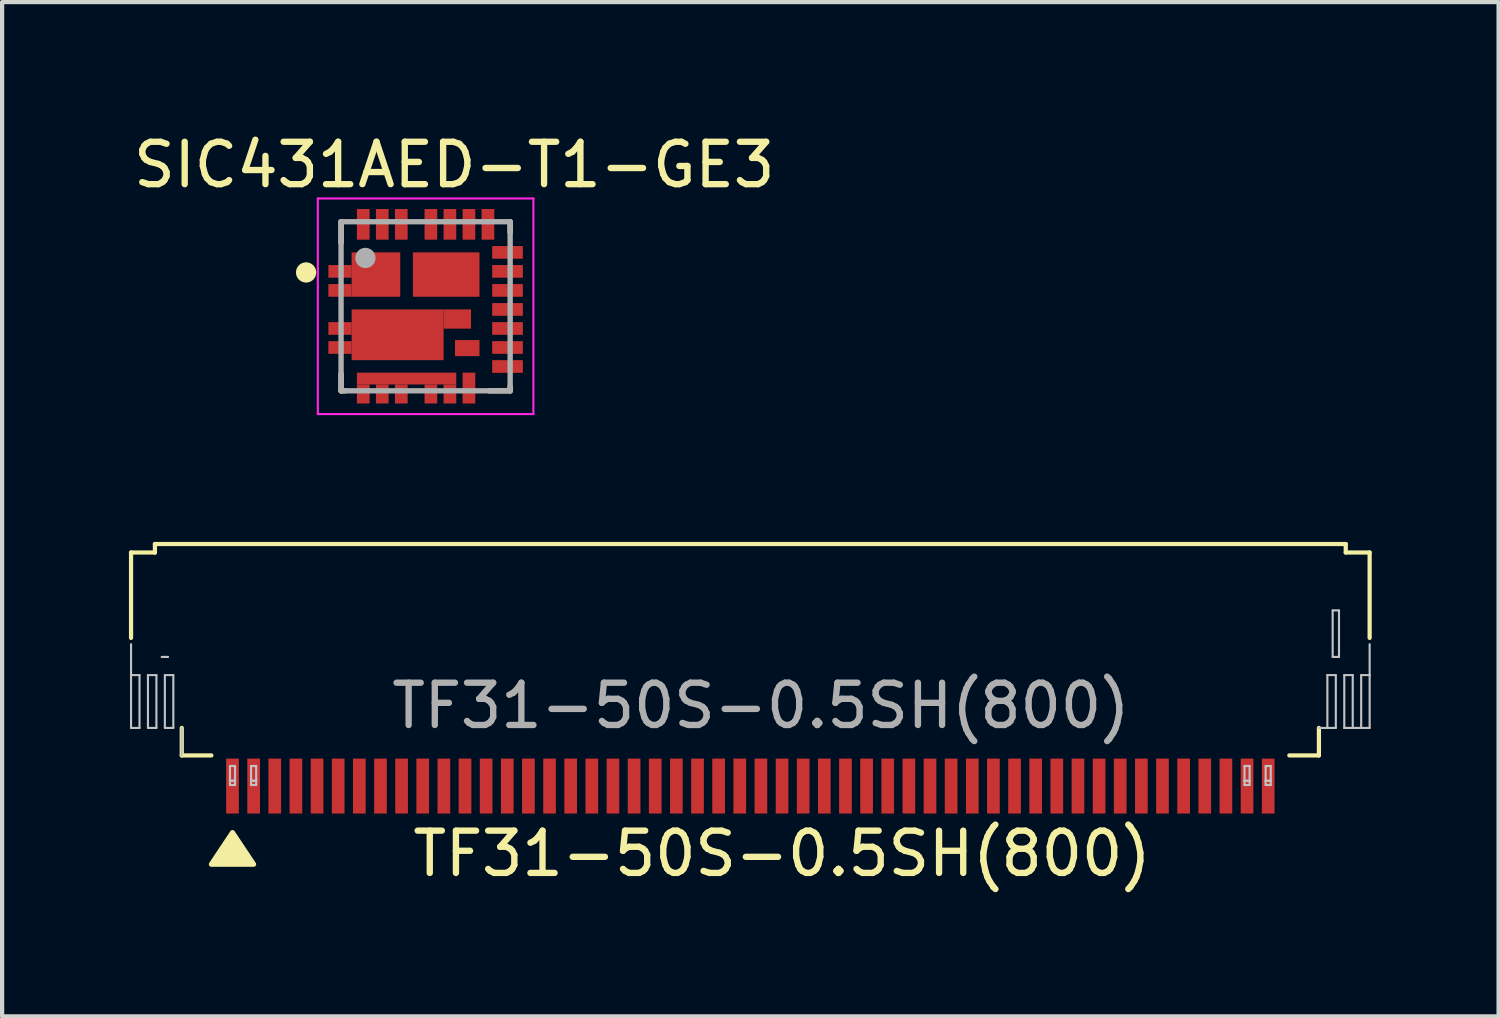
<source format=kicad_pcb>
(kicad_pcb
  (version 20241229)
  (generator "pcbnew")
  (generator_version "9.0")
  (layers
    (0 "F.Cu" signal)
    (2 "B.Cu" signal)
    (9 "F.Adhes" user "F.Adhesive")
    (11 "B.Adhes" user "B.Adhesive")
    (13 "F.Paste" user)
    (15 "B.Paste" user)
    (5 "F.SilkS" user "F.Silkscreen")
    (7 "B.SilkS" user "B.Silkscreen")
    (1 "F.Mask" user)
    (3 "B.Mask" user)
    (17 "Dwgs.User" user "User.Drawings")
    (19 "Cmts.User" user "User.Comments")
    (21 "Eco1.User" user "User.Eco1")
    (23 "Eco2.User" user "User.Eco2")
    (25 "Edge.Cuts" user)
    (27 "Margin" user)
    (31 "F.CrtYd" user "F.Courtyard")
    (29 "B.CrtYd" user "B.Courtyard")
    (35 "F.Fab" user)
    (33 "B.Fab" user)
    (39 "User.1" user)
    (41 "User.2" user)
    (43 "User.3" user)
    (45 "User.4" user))
  (footprint "TF31-50S-0.5SH(800)"
    (layer "F.Cu")
    (at 14.7 12.645)
    (property "Reference" "TF31-50S-0.5SH(800)" (at 0.75 4.5 0) (unlocked yes) (layer "F.SilkS") (effects (font (size 1 1) (thickness 0.15))))
    (fp_line (start -14.65 -2.625) (end -14.65 -0.605) (stroke (width 0.1) (type solid)) (layer "F.SilkS"))
    (fp_line (start -14.085 -2.825) (end -14.085 -2.625) (stroke (width 0.1) (type solid)) (layer "F.SilkS"))
    (fp_line (start -14.085 -2.825) (end 14.085 -2.825) (stroke (width 0.1) (type solid)) (layer "F.SilkS"))
    (fp_line (start -14.085 -2.625) (end -14.65 -2.625) (stroke (width 0.1) (type solid)) (layer "F.SilkS"))
    (fp_line (start -13.45 2.175) (end -13.45 1.525) (stroke (width 0.1) (type solid)) (layer "F.SilkS"))
    (fp_line (start -12.75 2.175) (end -13.45 2.175) (stroke (width 0.1) (type solid)) (layer "F.SilkS"))
    (fp_line (start 12.75 2.175) (end 13.45 2.175) (stroke (width 0.1) (type solid)) (layer "F.SilkS"))
    (fp_line (start 13.45 2.175) (end 13.45 1.525) (stroke (width 0.1) (type solid)) (layer "F.SilkS"))
    (fp_line (start 14.085 -2.825) (end 14.085 -2.625) (stroke (width 0.1) (type solid)) (layer "F.SilkS"))
    (fp_line (start 14.085 -2.625) (end 14.65 -2.625) (stroke (width 0.1) (type solid)) (layer "F.SilkS"))
    (fp_line (start 14.65 -2.625) (end 14.65 -0.605) (stroke (width 0.1) (type solid)) (layer "F.SilkS"))
    (fp_poly (pts (xy -11.75 4.75) (xy -12.75 4.75) (xy -12.25 4)) (stroke (width 0.12) (type solid)) (fill yes) (layer "F.SilkS"))
    (fp_line (start -14.65 0.275) (end -14.65 -0.455) (stroke (width 0.05) (type solid)) (layer "Dwgs.User"))
    (fp_line (start -14.65 0.275) (end -14.65 1.525) (stroke (width 0.05) (type solid)) (layer "Dwgs.User"))
    (fp_line (start -14.65 1.525) (end -14.45 1.525) (stroke (width 0.05) (type solid)) (layer "Dwgs.User"))
    (fp_line (start -14.45 0.275) (end -14.65 0.275) (stroke (width 0.05) (type solid)) (layer "Dwgs.User"))
    (fp_line (start -14.45 1.525) (end -14.45 0.275) (stroke (width 0.05) (type solid)) (layer "Dwgs.User"))
    (fp_line (start -14.25 0.275) (end -14.25 1.525) (stroke (width 0.05) (type solid)) (layer "Dwgs.User"))
    (fp_line (start -14.25 1.525) (end -14.05 1.525) (stroke (width 0.05) (type solid)) (layer "Dwgs.User"))
    (fp_line (start -14.05 0.275) (end -14.25 0.275) (stroke (width 0.05) (type solid)) (layer "Dwgs.User"))
    (fp_line (start -14.05 1.525) (end -14.05 0.275) (stroke (width 0.05) (type solid)) (layer "Dwgs.User"))
    (fp_line (start -13.925 -0.155) (end -13.775 -0.155) (stroke (width 0.05) (type solid)) (layer "Dwgs.User"))
    (fp_line (start -13.85 0.275) (end -13.85 1.525) (stroke (width 0.05) (type solid)) (layer "Dwgs.User"))
    (fp_line (start -13.85 1.525) (end -13.65 1.525) (stroke (width 0.05) (type solid)) (layer "Dwgs.User"))
    (fp_line (start -13.65 0.275) (end -13.85 0.275) (stroke (width 0.05) (type solid)) (layer "Dwgs.User"))
    (fp_line (start -13.65 1.525) (end -13.65 0.275) (stroke (width 0.05) (type solid)) (layer "Dwgs.User"))
    (fp_line (start -13.45 2.175) (end -13.45 1.525) (stroke (width 0.05) (type solid)) (layer "Dwgs.User"))
    (fp_line (start -12.31 2.425) (end -12.19 2.425) (stroke (width 0.05) (type solid)) (layer "Dwgs.User"))
    (fp_line (start -12.31 2.775) (end -12.31 2.425) (stroke (width 0.05) (type solid)) (layer "Dwgs.User"))
    (fp_line (start -12.31 2.775) (end -12.19 2.775) (stroke (width 0.05) (type solid)) (layer "Dwgs.User"))
    (fp_line (start -12.31 2.875) (end -12.31 2.775) (stroke (width 0.05) (type solid)) (layer "Dwgs.User"))
    (fp_line (start -12.19 2.425) (end -12.19 2.775) (stroke (width 0.05) (type solid)) (layer "Dwgs.User"))
    (fp_line (start -12.19 2.775) (end -12.31 2.775) (stroke (width 0.05) (type solid)) (layer "Dwgs.User"))
    (fp_line (start -12.19 2.775) (end -12.19 2.875) (stroke (width 0.05) (type solid)) (layer "Dwgs.User"))
    (fp_line (start -12.19 2.875) (end -12.31 2.875) (stroke (width 0.05) (type solid)) (layer "Dwgs.User"))
    (fp_line (start -11.81 2.425) (end -11.69 2.425) (stroke (width 0.05) (type solid)) (layer "Dwgs.User"))
    (fp_line (start -11.81 2.775) (end -11.81 2.425) (stroke (width 0.05) (type solid)) (layer "Dwgs.User"))
    (fp_line (start -11.81 2.775) (end -11.69 2.775) (stroke (width 0.05) (type solid)) (layer "Dwgs.User"))
    (fp_line (start -11.81 2.875) (end -11.81 2.775) (stroke (width 0.05) (type solid)) (layer "Dwgs.User"))
    (fp_line (start -11.69 2.425) (end -11.69 2.775) (stroke (width 0.05) (type solid)) (layer "Dwgs.User"))
    (fp_line (start -11.69 2.775) (end -11.81 2.775) (stroke (width 0.05) (type solid)) (layer "Dwgs.User"))
    (fp_line (start -11.69 2.775) (end -11.69 2.875) (stroke (width 0.05) (type solid)) (layer "Dwgs.User"))
    (fp_line (start -11.69 2.875) (end -11.81 2.875) (stroke (width 0.05) (type solid)) (layer "Dwgs.User"))
    (fp_line (start 11.69 2.425) (end 11.81 2.425) (stroke (width 0.05) (type solid)) (layer "Dwgs.User"))
    (fp_line (start 11.69 2.775) (end 11.69 2.425) (stroke (width 0.05) (type solid)) (layer "Dwgs.User"))
    (fp_line (start 11.69 2.775) (end 11.81 2.775) (stroke (width 0.05) (type solid)) (layer "Dwgs.User"))
    (fp_line (start 11.69 2.875) (end 11.69 2.775) (stroke (width 0.05) (type solid)) (layer "Dwgs.User"))
    (fp_line (start 11.81 2.425) (end 11.81 2.775) (stroke (width 0.05) (type solid)) (layer "Dwgs.User"))
    (fp_line (start 11.81 2.775) (end 11.69 2.775) (stroke (width 0.05) (type solid)) (layer "Dwgs.User"))
    (fp_line (start 11.81 2.775) (end 11.81 2.875) (stroke (width 0.05) (type solid)) (layer "Dwgs.User"))
    (fp_line (start 11.81 2.875) (end 11.69 2.875) (stroke (width 0.05) (type solid)) (layer "Dwgs.User"))
    (fp_line (start 12.19 2.425) (end 12.31 2.425) (stroke (width 0.05) (type solid)) (layer "Dwgs.User"))
    (fp_line (start 12.19 2.775) (end 12.19 2.425) (stroke (width 0.05) (type solid)) (layer "Dwgs.User"))
    (fp_line (start 12.19 2.775) (end 12.31 2.775) (stroke (width 0.05) (type solid)) (layer "Dwgs.User"))
    (fp_line (start 12.19 2.875) (end 12.19 2.775) (stroke (width 0.05) (type solid)) (layer "Dwgs.User"))
    (fp_line (start 12.31 2.425) (end 12.31 2.775) (stroke (width 0.05) (type solid)) (layer "Dwgs.User"))
    (fp_line (start 12.31 2.775) (end 12.19 2.775) (stroke (width 0.05) (type solid)) (layer "Dwgs.User"))
    (fp_line (start 12.31 2.775) (end 12.31 2.875) (stroke (width 0.05) (type solid)) (layer "Dwgs.User"))
    (fp_line (start 12.31 2.875) (end 12.19 2.875) (stroke (width 0.05) (type solid)) (layer "Dwgs.User"))
    (fp_line (start 13.45 1.525) (end 13.65 1.525) (stroke (width 0.05) (type solid)) (layer "Dwgs.User"))
    (fp_line (start 13.65 0.275) (end 13.85 0.275) (stroke (width 0.05) (type solid)) (layer "Dwgs.User"))
    (fp_line (start 13.65 1.525) (end 13.65 0.275) (stroke (width 0.05) (type solid)) (layer "Dwgs.User"))
    (fp_line (start 13.775 -1.255) (end 13.775 -0.155) (stroke (width 0.05) (type solid)) (layer "Dwgs.User"))
    (fp_line (start 13.775 -0.155) (end 13.925 -0.155) (stroke (width 0.05) (type solid)) (layer "Dwgs.User"))
    (fp_line (start 13.85 0.275) (end 13.85 1.525) (stroke (width 0.05) (type solid)) (layer "Dwgs.User"))
    (fp_line (start 13.85 1.525) (end 13.65 1.525) (stroke (width 0.05) (type solid)) (layer "Dwgs.User"))
    (fp_line (start 13.925 -1.255) (end 13.775 -1.255) (stroke (width 0.05) (type solid)) (layer "Dwgs.User"))
    (fp_line (start 13.925 -0.155) (end 13.925 -1.255) (stroke (width 0.05) (type solid)) (layer "Dwgs.User"))
    (fp_line (start 14.05 0.275) (end 14.25 0.275) (stroke (width 0.05) (type solid)) (layer "Dwgs.User"))
    (fp_line (start 14.05 1.525) (end 14.05 0.275) (stroke (width 0.05) (type solid)) (layer "Dwgs.User"))
    (fp_line (start 14.25 0.275) (end 14.25 1.525) (stroke (width 0.05) (type solid)) (layer "Dwgs.User"))
    (fp_line (start 14.25 1.525) (end 14.05 1.525) (stroke (width 0.05) (type solid)) (layer "Dwgs.User"))
    (fp_line (start 14.25 1.525) (end 14.45 1.525) (stroke (width 0.05) (type solid)) (layer "Dwgs.User"))
    (fp_line (start 14.45 0.275) (end 14.65 0.275) (stroke (width 0.05) (type solid)) (layer "Dwgs.User"))
    (fp_line (start 14.45 1.525) (end 14.45 0.275) (stroke (width 0.05) (type solid)) (layer "Dwgs.User"))
    (fp_line (start 14.65 0.275) (end 14.65 -0.455) (stroke (width 0.05) (type solid)) (layer "Dwgs.User"))
    (fp_line (start 14.65 0.275) (end 14.65 1.525) (stroke (width 0.05) (type solid)) (layer "Dwgs.User"))
    (fp_line (start 14.65 1.525) (end 14.45 1.525) (stroke (width 0.05) (type solid)) (layer "Dwgs.User"))
    (fp_text user "${REFERENCE}" (at 0.25 1 0) (unlocked yes) (layer "F.Fab") (effects (font (size 1 1) (thickness 0.15))))
    (pad "1" smd rect (at -12.25 2.9) (size 0.3 1.3) (layers "F.Cu" "F.Mask" "F.Paste"))
    (pad "2" smd rect (at -11.75 2.9) (size 0.3 1.3) (layers "F.Cu" "F.Mask" "F.Paste"))
    (pad "3" smd rect (at -11.25 2.9) (size 0.3 1.3) (layers "F.Cu" "F.Mask" "F.Paste"))
    (pad "4" smd rect (at -10.75 2.9) (size 0.3 1.3) (layers "F.Cu" "F.Mask" "F.Paste"))
    (pad "5" smd rect (at -10.25 2.9) (size 0.3 1.3) (layers "F.Cu" "F.Mask" "F.Paste"))
    (pad "6" smd rect (at -9.75 2.9) (size 0.3 1.3) (layers "F.Cu" "F.Mask" "F.Paste"))
    (pad "7" smd rect (at -9.25 2.9) (size 0.3 1.3) (layers "F.Cu" "F.Mask" "F.Paste"))
    (pad "8" smd rect (at -8.75 2.9) (size 0.3 1.3) (layers "F.Cu" "F.Mask" "F.Paste"))
    (pad "9" smd rect (at -8.25 2.9) (size 0.3 1.3) (layers "F.Cu" "F.Mask" "F.Paste"))
    (pad "10" smd rect (at -7.75 2.9) (size 0.3 1.3) (layers "F.Cu" "F.Mask" "F.Paste"))
    (pad "11" smd rect (at -7.25 2.9) (size 0.3 1.3) (layers "F.Cu" "F.Mask" "F.Paste"))
    (pad "12" smd rect (at -6.75 2.9) (size 0.3 1.3) (layers "F.Cu" "F.Mask" "F.Paste"))
    (pad "13" smd rect (at -6.25 2.9) (size 0.3 1.3) (layers "F.Cu" "F.Mask" "F.Paste"))
    (pad "14" smd rect (at -5.75 2.9) (size 0.3 1.3) (layers "F.Cu" "F.Mask" "F.Paste"))
    (pad "15" smd rect (at -5.25 2.9) (size 0.3 1.3) (layers "F.Cu" "F.Mask" "F.Paste"))
    (pad "16" smd rect (at -4.75 2.9) (size 0.3 1.3) (layers "F.Cu" "F.Mask" "F.Paste"))
    (pad "17" smd rect (at -4.25 2.9) (size 0.3 1.3) (layers "F.Cu" "F.Mask" "F.Paste"))
    (pad "18" smd rect (at -3.75 2.9) (size 0.3 1.3) (layers "F.Cu" "F.Mask" "F.Paste"))
    (pad "19" smd rect (at -3.25 2.9) (size 0.3 1.3) (layers "F.Cu" "F.Mask" "F.Paste"))
    (pad "20" smd rect (at -2.75 2.9) (size 0.3 1.3) (layers "F.Cu" "F.Mask" "F.Paste"))
    (pad "21" smd rect (at -2.25 2.9) (size 0.3 1.3) (layers "F.Cu" "F.Mask" "F.Paste"))
    (pad "22" smd rect (at -1.75 2.9) (size 0.3 1.3) (layers "F.Cu" "F.Mask" "F.Paste"))
    (pad "23" smd rect (at -1.25 2.9) (size 0.3 1.3) (layers "F.Cu" "F.Mask" "F.Paste"))
    (pad "24" smd rect (at -0.75 2.9) (size 0.3 1.3) (layers "F.Cu" "F.Mask" "F.Paste"))
    (pad "25" smd rect (at -0.25 2.9) (size 0.3 1.3) (layers "F.Cu" "F.Mask" "F.Paste"))
    (pad "26" smd rect (at 0.25 2.9) (size 0.3 1.3) (layers "F.Cu" "F.Mask" "F.Paste"))
    (pad "27" smd rect (at 0.75 2.9) (size 0.3 1.3) (layers "F.Cu" "F.Mask" "F.Paste"))
    (pad "28" smd rect (at 1.25 2.9) (size 0.3 1.3) (layers "F.Cu" "F.Mask" "F.Paste"))
    (pad "29" smd rect (at 1.75 2.9) (size 0.3 1.3) (layers "F.Cu" "F.Mask" "F.Paste"))
    (pad "30" smd rect (at 2.25 2.9) (size 0.3 1.3) (layers "F.Cu" "F.Mask" "F.Paste"))
    (pad "31" smd rect (at 2.75 2.9) (size 0.3 1.3) (layers "F.Cu" "F.Mask" "F.Paste"))
    (pad "32" smd rect (at 3.25 2.9) (size 0.3 1.3) (layers "F.Cu" "F.Mask" "F.Paste"))
    (pad "33" smd rect (at 3.75 2.9) (size 0.3 1.3) (layers "F.Cu" "F.Mask" "F.Paste"))
    (pad "34" smd rect (at 4.25 2.9) (size 0.3 1.3) (layers "F.Cu" "F.Mask" "F.Paste"))
    (pad "35" smd rect (at 4.75 2.9) (size 0.3 1.3) (layers "F.Cu" "F.Mask" "F.Paste"))
    (pad "36" smd rect (at 5.25 2.9) (size 0.3 1.3) (layers "F.Cu" "F.Mask" "F.Paste"))
    (pad "37" smd rect (at 5.75 2.9) (size 0.3 1.3) (layers "F.Cu" "F.Mask" "F.Paste"))
    (pad "38" smd rect (at 6.25 2.9) (size 0.3 1.3) (layers "F.Cu" "F.Mask" "F.Paste"))
    (pad "39" smd rect (at 6.75 2.9) (size 0.3 1.3) (layers "F.Cu" "F.Mask" "F.Paste"))
    (pad "40" smd rect (at 7.25 2.9) (size 0.3 1.3) (layers "F.Cu" "F.Mask" "F.Paste"))
    (pad "41" smd rect (at 7.75 2.9) (size 0.3 1.3) (layers "F.Cu" "F.Mask" "F.Paste"))
    (pad "42" smd rect (at 8.25 2.9) (size 0.3 1.3) (layers "F.Cu" "F.Mask" "F.Paste"))
    (pad "43" smd rect (at 8.75 2.9) (size 0.3 1.3) (layers "F.Cu" "F.Mask" "F.Paste"))
    (pad "44" smd rect (at 9.25 2.9) (size 0.3 1.3) (layers "F.Cu" "F.Mask" "F.Paste"))
    (pad "45" smd rect (at 9.75 2.9) (size 0.3 1.3) (layers "F.Cu" "F.Mask" "F.Paste"))
    (pad "46" smd rect (at 10.25 2.9) (size 0.3 1.3) (layers "F.Cu" "F.Mask" "F.Paste"))
    (pad "47" smd rect (at 10.75 2.9) (size 0.3 1.3) (layers "F.Cu" "F.Mask" "F.Paste"))
    (pad "48" smd rect (at 11.25 2.9) (size 0.3 1.3) (layers "F.Cu" "F.Mask" "F.Paste"))
    (pad "49" smd rect (at 11.75 2.9) (size 0.3 1.3) (layers "F.Cu" "F.Mask" "F.Paste"))
    (pad "50" smd rect (at 12.25 2.9) (size 0.3 1.3) (layers "F.Cu" "F.Mask" "F.Paste")))
  (footprint "SIC431AED-T1-GE3"
    (layer "F.Cu")
    (at 7.018 4.195)
    (property "Reference" "SIC431AED-T1-GE3" (at 0.677 -3.345 0) (layer "F.SilkS") (effects (font (size 1.003 1.003) (thickness 0.15))))
    (attr smd)
    (fp_line (start -2 -2) (end -2 -1.5) (stroke (width 0.127) (type solid)) (layer "F.SilkS"))
    (fp_line (start -2 1.6) (end -2 2) (stroke (width 0.127) (type solid)) (layer "F.SilkS"))
    (fp_line (start -2 2) (end -1.9 2) (stroke (width 0.127) (type solid)) (layer "F.SilkS"))
    (fp_line (start 1.5 2) (end 2 2) (stroke (width 0.127) (type solid)) (layer "F.SilkS"))
    (fp_line (start 2 -2) (end 2 -1.75) (stroke (width 0.127) (type solid)) (layer "F.SilkS"))
    (fp_line (start 2 2) (end 2 1.9) (stroke (width 0.127) (type solid)) (layer "F.SilkS"))
    (fp_circle (center -2.827 -0.8) (end -2.707 -0.8) (stroke (width 0.24) (type solid)) (fill no) (layer "F.SilkS"))
    (fp_line (start -2.55 -2.55) (end 2.55 -2.55) (stroke (width 0.05) (type solid)) (layer "F.CrtYd"))
    (fp_line (start -2.55 2.55) (end -2.55 -2.55) (stroke (width 0.05) (type solid)) (layer "F.CrtYd"))
    (fp_line (start 2.55 -2.55) (end 2.55 2.55) (stroke (width 0.05) (type solid)) (layer "F.CrtYd"))
    (fp_line (start 2.55 2.55) (end -2.55 2.55) (stroke (width 0.05) (type solid)) (layer "F.CrtYd"))
    (fp_line (start -2 -2) (end 2 -2) (stroke (width 0.127) (type solid)) (layer "F.Fab"))
    (fp_line (start -2 2) (end -2 -2) (stroke (width 0.127) (type solid)) (layer "F.Fab"))
    (fp_line (start 2 -2) (end 2 2) (stroke (width 0.127) (type solid)) (layer "F.Fab"))
    (fp_line (start 2 2) (end -2 2) (stroke (width 0.127) (type solid)) (layer "F.Fab"))
    (fp_circle (center -1.424 -1.143) (end -1.304 -1.143) (stroke (width 0.24) (type solid)) (fill no) (layer "F.Fab"))
    (pad "1" smd rect (at -2.025 -0.825) (size 0.55 0.3) (layers "F.Cu" "F.Mask" "F.Paste"))
    (pad "2" smd rect (at -2.025 -0.375) (size 0.55 0.3) (layers "F.Cu" "F.Mask" "F.Paste"))
    (pad "3" smd rect (at -2.025 0.525) (size 0.55 0.3) (layers "F.Cu" "F.Mask" "F.Paste"))
    (pad "4" smd rect (at -2.025 0.975) (size 0.55 0.3) (layers "F.Cu" "F.Mask" "F.Paste"))
    (pad "5" smd rect (at -1.475 2.075) (size 0.3 0.45) (layers "F.Cu" "F.Mask" "F.Paste"))
    (pad "6" smd rect (at -1.025 2.075) (size 0.3 0.45) (layers "F.Cu" "F.Mask" "F.Paste"))
    (pad "7" smd rect (at -0.575 2.075) (size 0.3 0.45) (layers "F.Cu" "F.Mask" "F.Paste"))
    (pad "8" smd rect (at 0.125 2.075) (size 0.3 0.45) (layers "F.Cu" "F.Mask" "F.Paste"))
    (pad "9" smd rect (at -0.45 1.71) (size 2.35 0.28) (layers "F.Cu" "F.Mask" "F.Paste"))
    (pad "9" smd rect (at 0.575 2.075) (size 0.3 0.45) (layers "F.Cu" "F.Mask" "F.Paste"))
    (pad "10" smd rect (at 1.025 1.935) (size 0.3 0.73) (layers "F.Cu" "F.Mask" "F.Paste"))
    (pad "11" smd rect (at 1.938 1.425 90) (size 0.3 0.725) (layers "F.Cu" "F.Mask" "F.Paste"))
    (pad "12" smd rect (at 1.938 0.975 90) (size 0.3 0.725) (layers "F.Cu" "F.Mask" "F.Paste"))
    (pad "13" smd rect (at 1.938 0.525 90) (size 0.3 0.725) (layers "F.Cu" "F.Mask" "F.Paste"))
    (pad "14" smd rect (at 1.938 0.075 90) (size 0.3 0.725) (layers "F.Cu" "F.Mask" "F.Paste"))
    (pad "15" smd rect (at 1.938 -0.375 90) (size 0.3 0.725) (layers "F.Cu" "F.Mask" "F.Paste"))
    (pad "16" smd rect (at 1.938 -0.825 90) (size 0.3 0.725) (layers "F.Cu" "F.Mask" "F.Paste"))
    (pad "17" smd rect (at 1.938 -1.275 90) (size 0.3 0.725) (layers "F.Cu" "F.Mask" "F.Paste"))
    (pad "18" smd rect (at 1.475 -1.938) (size 0.3 0.725) (layers "F.Cu" "F.Mask" "F.Paste"))
    (pad "19" smd rect (at 1.025 -1.938) (size 0.3 0.725) (layers "F.Cu" "F.Mask" "F.Paste"))
    (pad "20" smd rect (at 0.575 -1.938) (size 0.3 0.725) (layers "F.Cu" "F.Mask" "F.Paste"))
    (pad "21" smd rect (at 0.125 -1.938) (size 0.3 0.725) (layers "F.Cu" "F.Mask" "F.Paste"))
    (pad "22" smd rect (at -0.575 -1.938) (size 0.3 0.725) (layers "F.Cu" "F.Mask" "F.Paste"))
    (pad "23" smd rect (at -1.025 -1.938) (size 0.3 0.725) (layers "F.Cu" "F.Mask" "F.Paste"))
    (pad "24" smd rect (at -1.475 -1.938) (size 0.3 0.725) (layers "F.Cu" "F.Mask" "F.Paste"))
    (pad "25" smd rect (at 0.487 -0.75) (size 1.575 1.05) (layers "F.Cu" "F.Mask" "F.Paste"))
    (pad "26" smd rect (at -1.175 -0.75) (size 1.15 1.05) (layers "F.Cu" "F.Mask" "F.Paste"))
    (pad "27" smd rect (at -0.662 0.675) (size 2.175 1.2) (layers "F.Cu" "F.Mask" "F.Paste"))
    (pad "27" smd rect (at 0.75 0.302) (size 0.65 0.455) (layers "F.Cu" "F.Mask" "F.Paste"))
    (pad "28" smd rect (at 0.985 0.99) (size 0.58 0.38) (layers "F.Cu" "F.Mask" "F.Paste")))
  (gr_rect
    (start -3 -3)
    (end 32.4 20.994)
    (stroke (width 0.1) (type default))
    (fill no)
    (layer "Edge.Cuts")))
</source>
